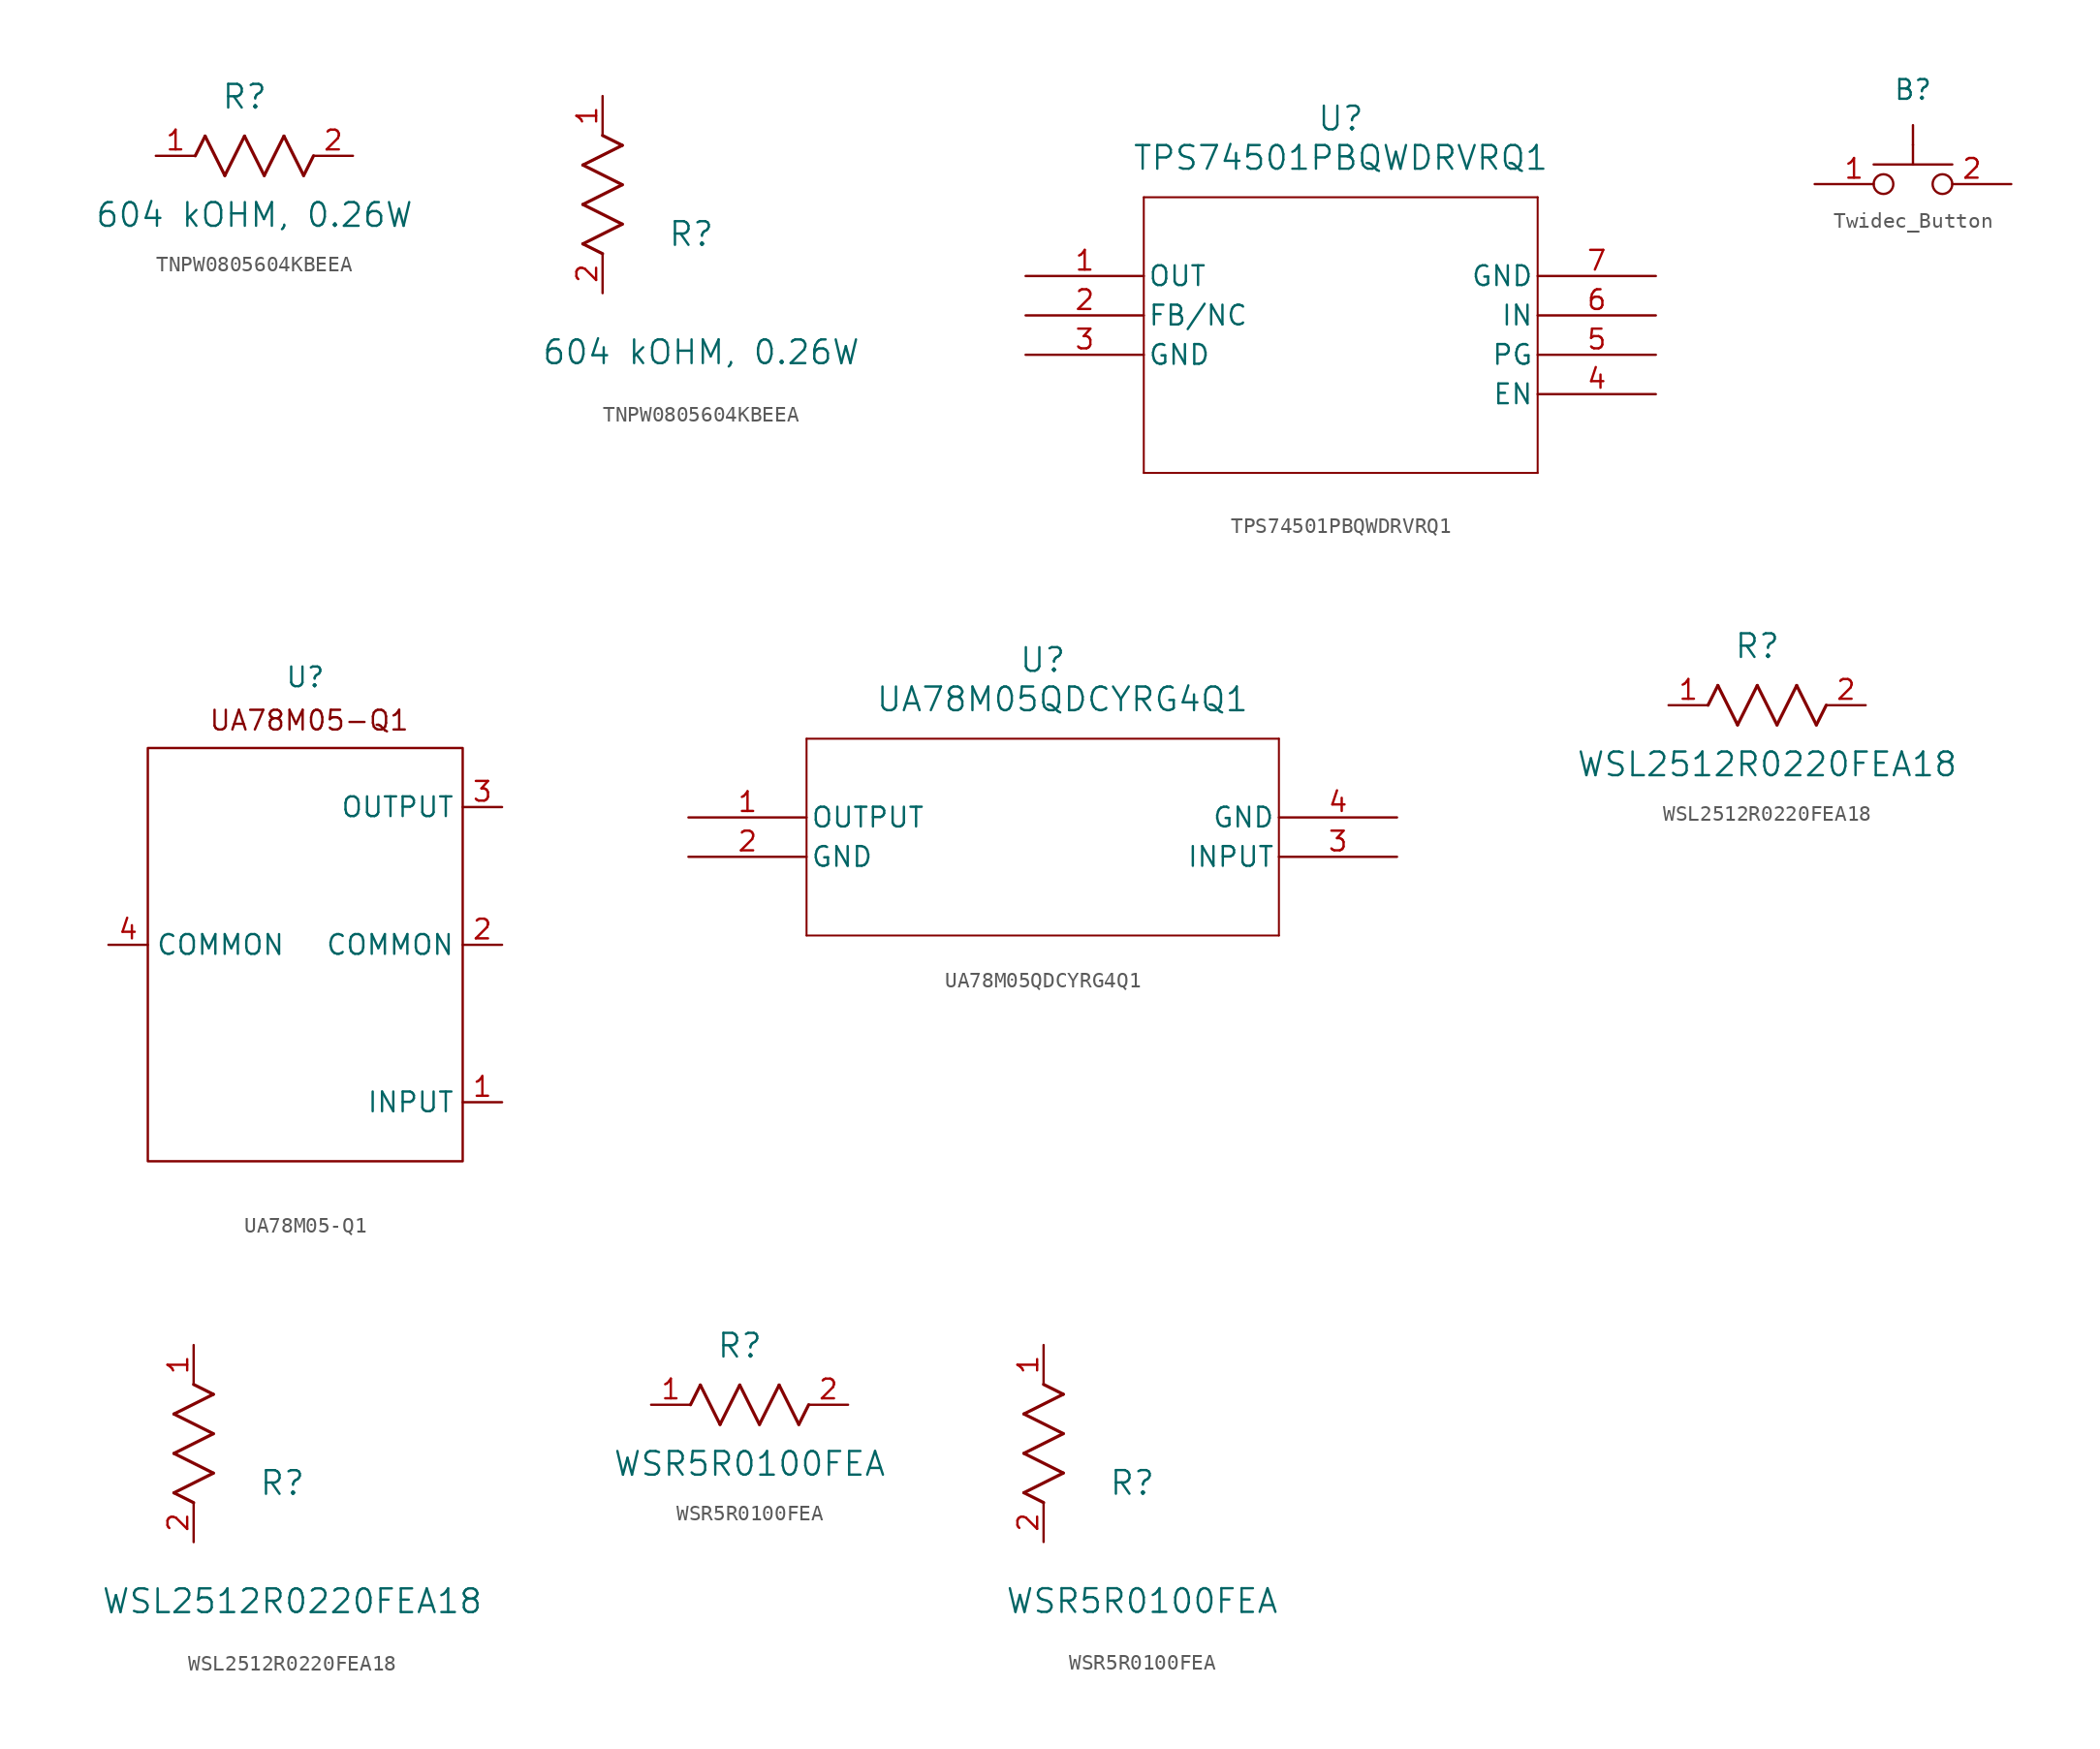
<source format=kicad_sym>
(kicad_symbol_lib
  (version 20241209)
  (generator "kicad_symbol_editor")
  (generator_version "9.0")
  (symbol "TNPW0805604KBEEA"
    (pin_names
      (offset 0.254))
    (property "Reference" "R"
      (at 5.715 3.81 0)
      (effects (font (size 1.524 1.524))))
    (property "Value" "604 kOHM, 0.26W"
      (at 6.35 -3.81 0)
      (effects (font (size 1.524 1.524))))
    (property "ki_locked" ""
      (at 0 0 0)
      (effects (font (size 1.27 1.27))))
    (symbol "TNPW0805604KBEEA_1_1"
      (polyline (pts (xy 2.54 0) (xy 3.175 1.27)) (stroke (width 0.203) (type default)) (fill (type none)))
      (polyline (pts (xy 3.175 1.27) (xy 4.445 -1.27)) (stroke (width 0.203) (type default)) (fill (type none)))
      (polyline (pts (xy 4.445 -1.27) (xy 5.715 1.27)) (stroke (width 0.203) (type default)) (fill (type none)))
      (polyline (pts (xy 5.715 1.27) (xy 6.985 -1.27)) (stroke (width 0.203) (type default)) (fill (type none)))
      (polyline (pts (xy 6.985 -1.27) (xy 8.255 1.27)) (stroke (width 0.203) (type default)) (fill (type none)))
      (polyline (pts (xy 8.255 1.27) (xy 9.525 -1.27)) (stroke (width 0.203) (type default)) (fill (type none)))
      (polyline (pts (xy 9.525 -1.27) (xy 10.16 0)) (stroke (width 0.203) (type default)) (fill (type none)))
      (pin unspecified line (at 0 0 0) (length 2.54) (name "" (effects (font (size 1.27 1.27)))) (number "1" (effects (font (size 1.27 1.27)))))
      (pin unspecified line (at 12.7 0 180) (length 2.54) (name "" (effects (font (size 1.27 1.27)))) (number "2" (effects (font (size 1.27 1.27))))))
    (symbol "TNPW0805604KBEEA_1_2"
      (polyline (pts (xy -1.27 8.255) (xy 1.27 9.525)) (stroke (width 0.203) (type default)) (fill (type none)))
      (polyline (pts (xy -1.27 5.715) (xy 1.27 6.985)) (stroke (width 0.203) (type default)) (fill (type none)))
      (polyline (pts (xy -1.27 3.175) (xy 1.27 4.445)) (stroke (width 0.203) (type default)) (fill (type none)))
      (polyline (pts (xy 0 2.54) (xy -1.27 3.175)) (stroke (width 0.203) (type default)) (fill (type none)))
      (polyline (pts (xy 1.27 9.525) (xy 0 10.16)) (stroke (width 0.203) (type default)) (fill (type none)))
      (polyline (pts (xy 1.27 6.985) (xy -1.27 8.255)) (stroke (width 0.203) (type default)) (fill (type none)))
      (polyline (pts (xy 1.27 4.445) (xy -1.27 5.715)) (stroke (width 0.203) (type default)) (fill (type none)))
      (pin unspecified line (at 0 12.7 270) (length 2.54) (name "" (effects (font (size 1.27 1.27)))) (number "1" (effects (font (size 1.27 1.27)))))
      (pin unspecified line (at 0 0 90) (length 2.54) (name "" (effects (font (size 1.27 1.27)))) (number "2" (effects (font (size 1.27 1.27)))))))
  (symbol "TPS74501PBQWDRVRQ1"
    (pin_names
      (offset 0.254))
    (property "Reference" "U"
      (at 20.32 10.16 0)
      (effects (font (size 1.524 1.524))))
    (property "Value" "TPS74501PBQWDRVRQ1"
      (at 20.32 7.62 0)
      (effects (font (size 1.524 1.524))))
    (symbol "TPS74501PBQWDRVRQ1_0_1"
      (polyline (pts (xy 7.62 5.08) (xy 7.62 -12.7)) (stroke (width 0.127) (type default)) (fill (type none)))
      (polyline (pts (xy 7.62 -12.7) (xy 33.02 -12.7)) (stroke (width 0.127) (type default)) (fill (type none)))
      (polyline (pts (xy 33.02 5.08) (xy 7.62 5.08)) (stroke (width 0.127) (type default)) (fill (type none)))
      (polyline (pts (xy 33.02 -12.7) (xy 33.02 5.08)) (stroke (width 0.127) (type default)) (fill (type none)))
      (pin output line (at 0 0 0) (length 7.62) (name "OUT" (effects (font (size 1.27 1.27)))) (number "1" (effects (font (size 1.27 1.27)))))
      (pin unspecified line (at 0 -2.54 0) (length 7.62) (name "FB/NC" (effects (font (size 1.27 1.27)))) (number "2" (effects (font (size 1.27 1.27)))))
      (pin power_out line (at 0 -5.08 0) (length 7.62) (name "GND" (effects (font (size 1.27 1.27)))) (number "3" (effects (font (size 1.27 1.27)))))
      (pin power_out line (at 40.64 0 180) (length 7.62) (name "GND" (effects (font (size 1.27 1.27)))) (number "7" (effects (font (size 1.27 1.27)))))
      (pin input line (at 40.64 -2.54 180) (length 7.62) (name "IN" (effects (font (size 1.27 1.27)))) (number "6" (effects (font (size 1.27 1.27)))))
      (pin output line (at 40.64 -5.08 180) (length 7.62) (name "PG" (effects (font (size 1.27 1.27)))) (number "5" (effects (font (size 1.27 1.27)))))
      (pin input line (at 40.64 -7.62 180) (length 7.62) (name "EN" (effects (font (size 1.27 1.27)))) (number "4" (effects (font (size 1.27 1.27)))))))
  (symbol "Twidec_Button"
    (property "Reference" "B"
      (at 0 3.556 0)
      (effects (font (size 1.27 1.27))))
    (property "Value" ""
      (at 0 0 0)
      (effects (font (size 1.27 1.27))))
    (symbol "Twidec_Button_0_1"
      (polyline (pts (xy -2.54 -1.27) (xy 2.54 -1.27)) (stroke (width 0) (type default)) (fill (type none)))
      (polyline (pts (xy 0 0) (xy 0 1.27)) (stroke (width 0) (type default)) (fill (type none)))
      (polyline (pts (xy 0 -1.27) (xy 0 0)) (stroke (width 0) (type default)) (fill (type none))))
    (symbol "Twidec_Button_1_0"
      (pin passive inverted (at -6.35 -2.54 0) (length 5.08) (name "1" (effects (font (size 0 0)))) (number "1" (effects (font (size 1.27 1.27)))))
      (pin passive inverted (at 6.35 -2.54 180) (length 5.08) (name "2" (effects (font (size 0 0)))) (number "2" (effects (font (size 1.27 1.27)))))))
  (symbol "UA78M05-Q1"
    (property "Reference" "U"
      (at 0 3.302 0)
      (effects (font (size 1.27 1.27))))
    (property "Value" ""
      (at 0 0 0)
      (effects (font (size 1.27 1.27))))
    (symbol "UA78M05-Q1_0_1"
      (rectangle (start -10.16 -1.27) (end 10.16 -27.94) (stroke (width 0) (type default)) (fill (type none))))
    (symbol "UA78M05-Q1_1_1"
      (text "UA78M05-Q1" (at 0.254 0.508 0) (effects (font (size 1.27 1.27))))
      (pin power_in line (at -12.7 -13.97 0) (length 2.54) (name "COMMON" (effects (font (size 1.27 1.27)))) (number "4" (effects (font (size 1.27 1.27)))))
      (pin power_out line (at 12.7 -5.08 180) (length 2.54) (name "OUTPUT" (effects (font (size 1.27 1.27)))) (number "3" (effects (font (size 1.27 1.27)))))
      (pin power_in line (at 12.7 -13.97 180) (length 2.54) (name "COMMON" (effects (font (size 1.27 1.27)))) (number "2" (effects (font (size 1.27 1.27)))))
      (pin power_in line (at 12.7 -24.13 180) (length 2.54) (name "INPUT" (effects (font (size 1.27 1.27)))) (number "1" (effects (font (size 1.27 1.27)))))))
  (symbol "UA78M05QDCYRG4Q1"
    (pin_names
      (offset 0.254))
    (property "Reference" "U"
      (at 22.86 10.16 0)
      (effects (font (size 1.524 1.524))))
    (property "Value" "UA78M05QDCYRG4Q1"
      (at 24.13 7.62 0)
      (effects (font (size 1.524 1.524))))
    (symbol "UA78M05QDCYRG4Q1_0_1"
      (polyline (pts (xy 7.62 5.08) (xy 7.62 -7.62)) (stroke (width 0.127) (type default)) (fill (type none)))
      (polyline (pts (xy 7.62 -7.62) (xy 38.1 -7.62)) (stroke (width 0.127) (type default)) (fill (type none)))
      (polyline (pts (xy 38.1 5.08) (xy 7.62 5.08)) (stroke (width 0.127) (type default)) (fill (type none)))
      (polyline (pts (xy 38.1 -7.62) (xy 38.1 5.08)) (stroke (width 0.127) (type default)) (fill (type none)))
      (pin output line (at 0 0 0) (length 7.62) (name "OUTPUT" (effects (font (size 1.27 1.27)))) (number "1" (effects (font (size 1.27 1.27)))))
      (pin unspecified line (at 0 -2.54 0) (length 7.62) (name "GND" (effects (font (size 1.27 1.27)))) (number "2" (effects (font (size 1.27 1.27)))))
      (pin input line (at 45.72 -2.54 180) (length 7.62) (name "INPUT" (effects (font (size 1.27 1.27)))) (number "3" (effects (font (size 1.27 1.27))))))
    (symbol "UA78M05QDCYRG4Q1_1_1"
      (pin unspecified line (at 45.72 0 180) (length 7.62) (name "GND" (effects (font (size 1.27 1.27)))) (number "4" (effects (font (size 1.27 1.27)))))))
  (symbol "WSL2512R0220FEA18"
    (pin_names
      (offset 0.254))
    (property "Reference" "R"
      (at 5.715 3.81 0)
      (effects (font (size 1.524 1.524))))
    (property "Value" "WSL2512R0220FEA18"
      (at 6.35 -3.81 0)
      (effects (font (size 1.524 1.524))))
    (property "ki_locked" ""
      (at 0 0 0)
      (effects (font (size 1.27 1.27))))
    (symbol "WSL2512R0220FEA18_1_1"
      (polyline (pts (xy 2.54 0) (xy 3.175 1.27)) (stroke (width 0.203) (type default)) (fill (type none)))
      (polyline (pts (xy 3.175 1.27) (xy 4.445 -1.27)) (stroke (width 0.203) (type default)) (fill (type none)))
      (polyline (pts (xy 4.445 -1.27) (xy 5.715 1.27)) (stroke (width 0.203) (type default)) (fill (type none)))
      (polyline (pts (xy 5.715 1.27) (xy 6.985 -1.27)) (stroke (width 0.203) (type default)) (fill (type none)))
      (polyline (pts (xy 6.985 -1.27) (xy 8.255 1.27)) (stroke (width 0.203) (type default)) (fill (type none)))
      (polyline (pts (xy 8.255 1.27) (xy 9.525 -1.27)) (stroke (width 0.203) (type default)) (fill (type none)))
      (polyline (pts (xy 9.525 -1.27) (xy 10.16 0)) (stroke (width 0.203) (type default)) (fill (type none)))
      (pin unspecified line (at 0 0 0) (length 2.54) (name "" (effects (font (size 1.27 1.27)))) (number "1" (effects (font (size 1.27 1.27)))))
      (pin unspecified line (at 12.7 0 180) (length 2.54) (name "" (effects (font (size 1.27 1.27)))) (number "2" (effects (font (size 1.27 1.27))))))
    (symbol "WSL2512R0220FEA18_1_2"
      (polyline (pts (xy -1.27 8.255) (xy 1.27 9.525)) (stroke (width 0.203) (type default)) (fill (type none)))
      (polyline (pts (xy -1.27 5.715) (xy 1.27 6.985)) (stroke (width 0.203) (type default)) (fill (type none)))
      (polyline (pts (xy -1.27 3.175) (xy 1.27 4.445)) (stroke (width 0.203) (type default)) (fill (type none)))
      (polyline (pts (xy 0 2.54) (xy -1.27 3.175)) (stroke (width 0.203) (type default)) (fill (type none)))
      (polyline (pts (xy 1.27 9.525) (xy 0 10.16)) (stroke (width 0.203) (type default)) (fill (type none)))
      (polyline (pts (xy 1.27 6.985) (xy -1.27 8.255)) (stroke (width 0.203) (type default)) (fill (type none)))
      (polyline (pts (xy 1.27 4.445) (xy -1.27 5.715)) (stroke (width 0.203) (type default)) (fill (type none)))
      (pin unspecified line (at 0 12.7 270) (length 2.54) (name "" (effects (font (size 1.27 1.27)))) (number "1" (effects (font (size 1.27 1.27)))))
      (pin unspecified line (at 0 0 90) (length 2.54) (name "" (effects (font (size 1.27 1.27)))) (number "2" (effects (font (size 1.27 1.27)))))))
  (symbol "WSR5R0100FEA"
    (pin_names
      (offset 0.254))
    (property "Reference" "R"
      (at 5.715 3.81 0)
      (effects (font (size 1.524 1.524))))
    (property "Value" "WSR5R0100FEA"
      (at 6.35 -3.81 0)
      (effects (font (size 1.524 1.524))))
    (property "ki_locked" ""
      (at 0 0 0)
      (effects (font (size 1.27 1.27))))
    (symbol "WSR5R0100FEA_1_1"
      (polyline (pts (xy 2.54 0) (xy 3.175 1.27)) (stroke (width 0.203) (type default)) (fill (type none)))
      (polyline (pts (xy 3.175 1.27) (xy 4.445 -1.27)) (stroke (width 0.203) (type default)) (fill (type none)))
      (polyline (pts (xy 4.445 -1.27) (xy 5.715 1.27)) (stroke (width 0.203) (type default)) (fill (type none)))
      (polyline (pts (xy 5.715 1.27) (xy 6.985 -1.27)) (stroke (width 0.203) (type default)) (fill (type none)))
      (polyline (pts (xy 6.985 -1.27) (xy 8.255 1.27)) (stroke (width 0.203) (type default)) (fill (type none)))
      (polyline (pts (xy 8.255 1.27) (xy 9.525 -1.27)) (stroke (width 0.203) (type default)) (fill (type none)))
      (polyline (pts (xy 9.525 -1.27) (xy 10.16 0)) (stroke (width 0.203) (type default)) (fill (type none)))
      (pin unspecified line (at 0 0 0) (length 2.54) (name "" (effects (font (size 1.27 1.27)))) (number "1" (effects (font (size 1.27 1.27)))))
      (pin unspecified line (at 12.7 0 180) (length 2.54) (name "" (effects (font (size 1.27 1.27)))) (number "2" (effects (font (size 1.27 1.27))))))
    (symbol "WSR5R0100FEA_1_2"
      (polyline (pts (xy -1.27 8.255) (xy 1.27 9.525)) (stroke (width 0.203) (type default)) (fill (type none)))
      (polyline (pts (xy -1.27 5.715) (xy 1.27 6.985)) (stroke (width 0.203) (type default)) (fill (type none)))
      (polyline (pts (xy -1.27 3.175) (xy 1.27 4.445)) (stroke (width 0.203) (type default)) (fill (type none)))
      (polyline (pts (xy 0 2.54) (xy -1.27 3.175)) (stroke (width 0.203) (type default)) (fill (type none)))
      (polyline (pts (xy 1.27 9.525) (xy 0 10.16)) (stroke (width 0.203) (type default)) (fill (type none)))
      (polyline (pts (xy 1.27 6.985) (xy -1.27 8.255)) (stroke (width 0.203) (type default)) (fill (type none)))
      (polyline (pts (xy 1.27 4.445) (xy -1.27 5.715)) (stroke (width 0.203) (type default)) (fill (type none)))
      (pin unspecified line (at 0 12.7 270) (length 2.54) (name "" (effects (font (size 1.27 1.27)))) (number "1" (effects (font (size 1.27 1.27)))))
      (pin unspecified line (at 0 0 90) (length 2.54) (name "" (effects (font (size 1.27 1.27)))) (number "2" (effects (font (size 1.27 1.27))))))))
</source>
